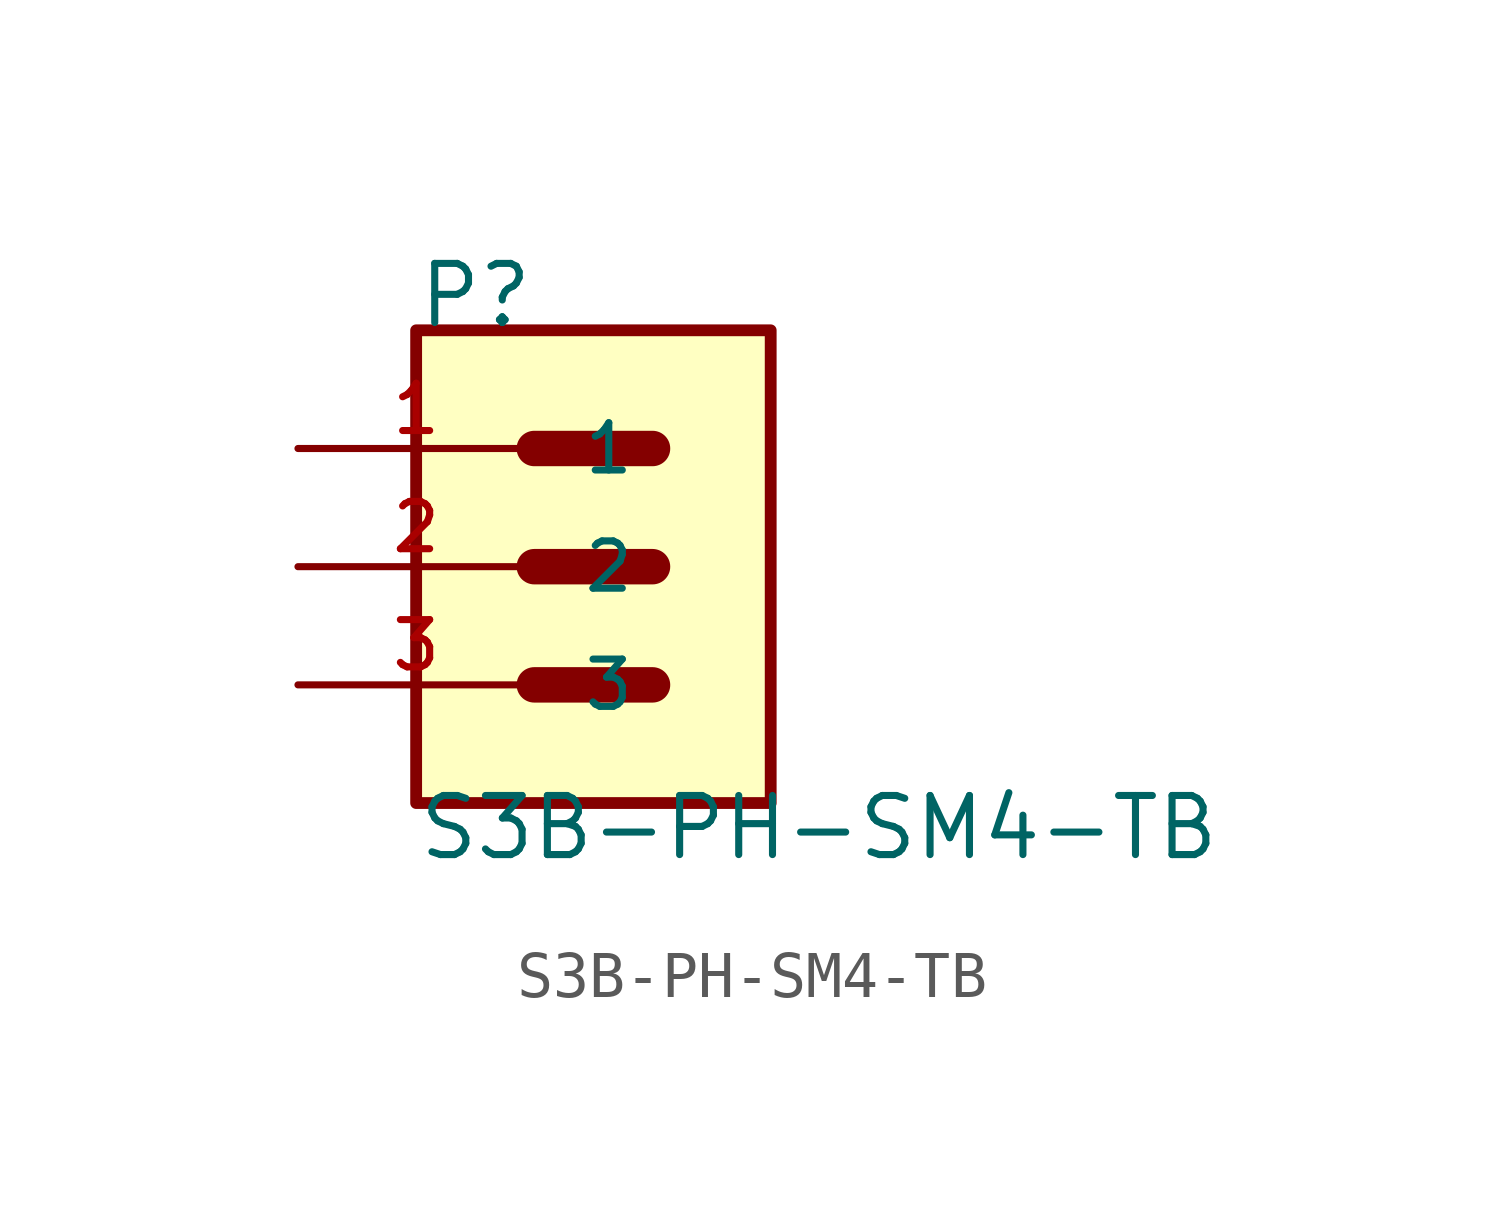
<source format=kicad_sym>
(kicad_symbol_lib
  (version 20211014)
  (generator kicad_symbol_editor)
  (symbol "S3B-PH-SM4-TB"
    (pin_names
      (offset 1.016))
    (property "Reference" "P"
      (at -2.543 5.085 0)
      (effects (font (size 1.27 1.27)) (justify bottom left)))
    (property "Value" "S3B-PH-SM4-TB"
      (at -2.541 -6.351 0)
      (effects (font (size 1.27 1.27)) (justify bottom left)))
    (symbol "S3B-PH-SM4-TB_0_0"
      (polyline (pts (xy 0.0 2.54) (xy 2.54 2.54)) (stroke (width 0.762)))
      (polyline (pts (xy 0.0 0.0) (xy 2.54 0.0)) (stroke (width 0.762)))
      (polyline (pts (xy 0.0 -2.54) (xy 2.54 -2.54)) (stroke (width 0.762)))
      (rectangle (start -2.54 -5.08) (end 5.08 5.08) (stroke (width 0.254)) (fill (type background)))
      (pin passive line (at -5.08 2.54 0) (length 5.08) (name "1" (effects (font (size 1.016 1.016)))) (number "1" (effects (font (size 1.016 1.016)))))
      (pin passive line (at -5.08 0.0 0) (length 5.08) (name "2" (effects (font (size 1.016 1.016)))) (number "2" (effects (font (size 1.016 1.016)))))
      (pin passive line (at -5.08 -2.54 0) (length 5.08) (name "3" (effects (font (size 1.016 1.016)))) (number "3" (effects (font (size 1.016 1.016))))))))
</source>
